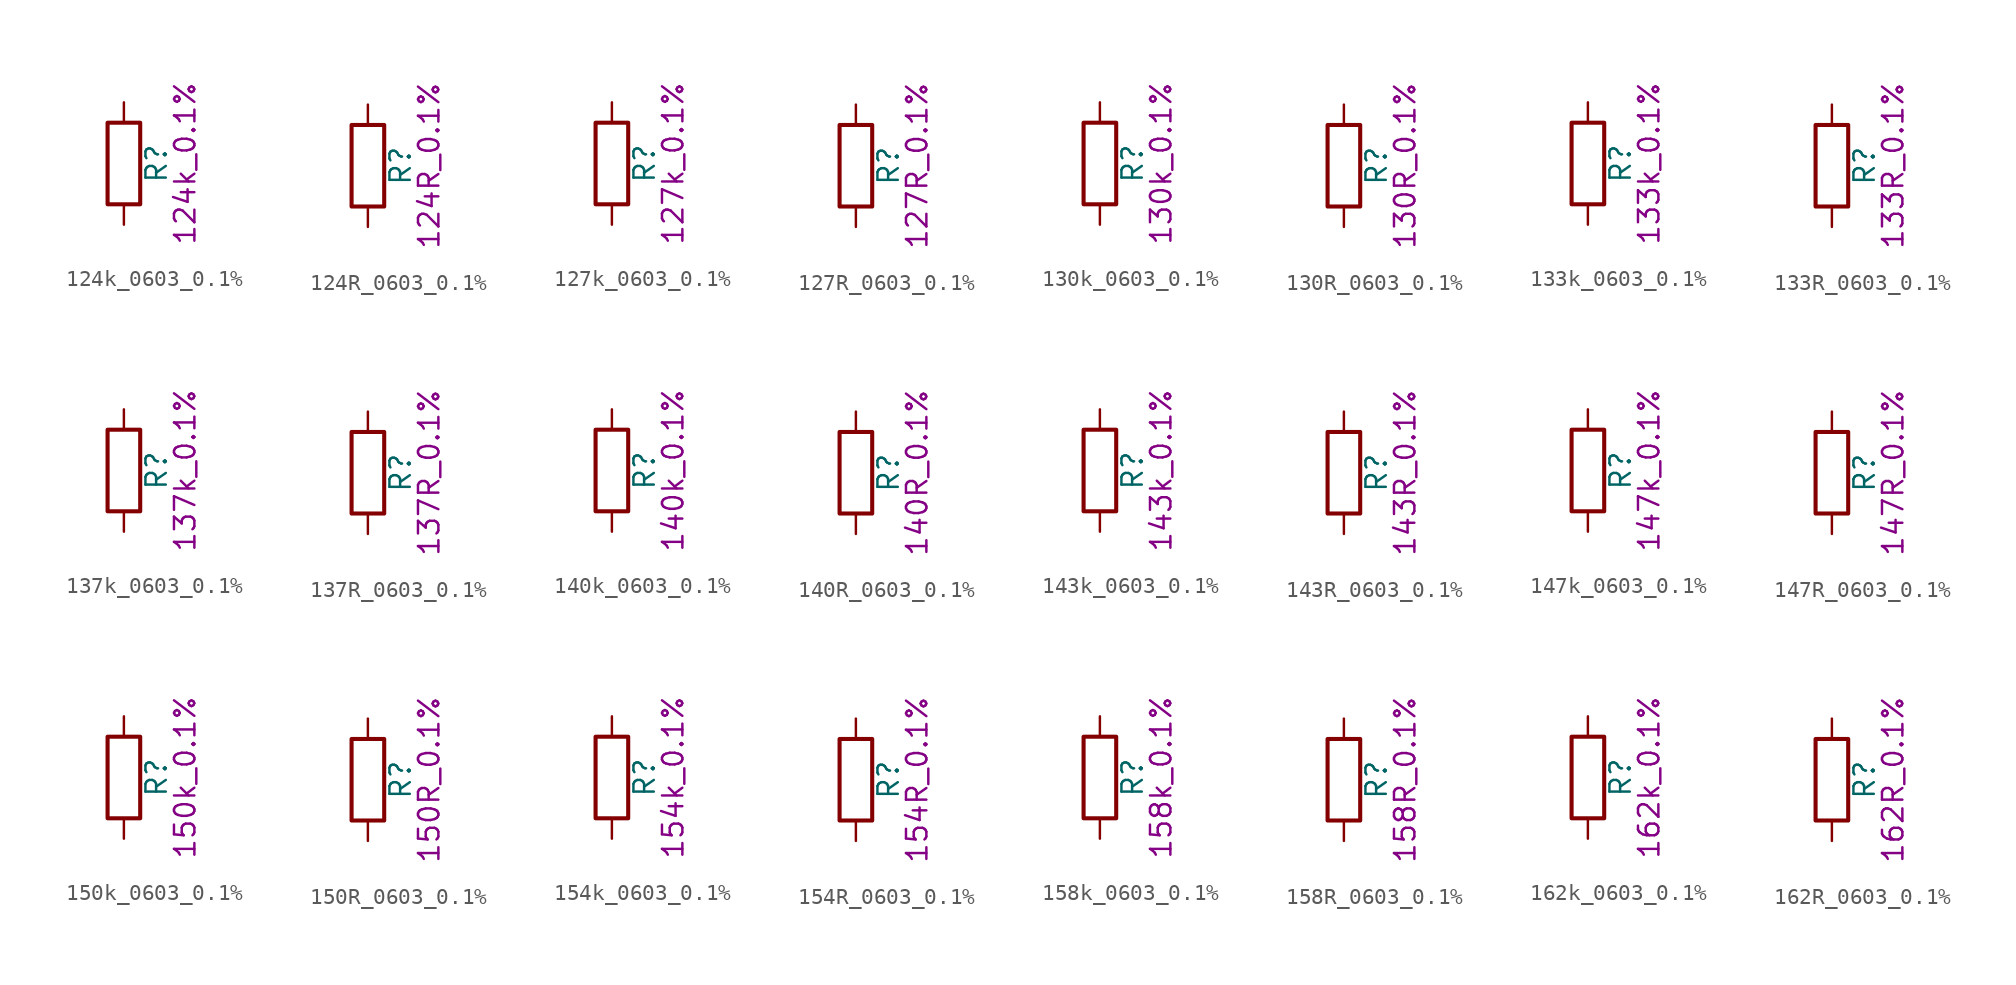
<source format=kicad_sym>
(kicad_symbol_lib
  (version 20211014)
  (generator kicad_symbol_editor)
  (symbol "124k_0603_0.1%"
    (pin_numbers hide)
    (pin_names
      (offset 0))
    (property "Reference" "R"
      (at 2.032 0 90)
      (effects (font (size 1.27 1.27))))
    (property "Display" "124k_0.1%"
      (at 3.81 0 90)
      (effects (font (size 1.27 1.27))))
    (symbol "124k_0603_0.1%_0_1"
      (rectangle (start -1.016 -2.54) (end 1.016 2.54) (stroke (width 0.254) (type default) (color 0 0 0 0)) (fill (type none))))
    (symbol "124k_0603_0.1%_1_1"
      (pin passive line (at 0 3.81 270) (length 1.27) (name "~" (effects (font (size 1.27 1.27)))) (number "1" (effects (font (size 1.27 1.27)))))
      (pin passive line (at 0 -3.81 90) (length 1.27) (name "~" (effects (font (size 1.27 1.27)))) (number "2" (effects (font (size 1.27 1.27)))))))
  (symbol "124R_0603_0.1%"
    (pin_numbers hide)
    (pin_names
      (offset 0))
    (property "Reference" "R"
      (at 2.032 0 90)
      (effects (font (size 1.27 1.27))))
    (property "Display" "124R_0.1%"
      (at 3.81 0 90)
      (effects (font (size 1.27 1.27))))
    (symbol "124R_0603_0.1%_0_1"
      (rectangle (start -1.016 -2.54) (end 1.016 2.54) (stroke (width 0.254) (type default) (color 0 0 0 0)) (fill (type none))))
    (symbol "124R_0603_0.1%_1_1"
      (pin passive line (at 0 3.81 270) (length 1.27) (name "~" (effects (font (size 1.27 1.27)))) (number "1" (effects (font (size 1.27 1.27)))))
      (pin passive line (at 0 -3.81 90) (length 1.27) (name "~" (effects (font (size 1.27 1.27)))) (number "2" (effects (font (size 1.27 1.27)))))))
  (symbol "127k_0603_0.1%"
    (pin_numbers hide)
    (pin_names
      (offset 0))
    (property "Reference" "R"
      (at 2.032 0 90)
      (effects (font (size 1.27 1.27))))
    (property "Display" "127k_0.1%"
      (at 3.81 0 90)
      (effects (font (size 1.27 1.27))))
    (symbol "127k_0603_0.1%_0_1"
      (rectangle (start -1.016 -2.54) (end 1.016 2.54) (stroke (width 0.254) (type default) (color 0 0 0 0)) (fill (type none))))
    (symbol "127k_0603_0.1%_1_1"
      (pin passive line (at 0 3.81 270) (length 1.27) (name "~" (effects (font (size 1.27 1.27)))) (number "1" (effects (font (size 1.27 1.27)))))
      (pin passive line (at 0 -3.81 90) (length 1.27) (name "~" (effects (font (size 1.27 1.27)))) (number "2" (effects (font (size 1.27 1.27)))))))
  (symbol "127R_0603_0.1%"
    (pin_numbers hide)
    (pin_names
      (offset 0))
    (property "Reference" "R"
      (at 2.032 0 90)
      (effects (font (size 1.27 1.27))))
    (property "Display" "127R_0.1%"
      (at 3.81 0 90)
      (effects (font (size 1.27 1.27))))
    (symbol "127R_0603_0.1%_0_1"
      (rectangle (start -1.016 -2.54) (end 1.016 2.54) (stroke (width 0.254) (type default) (color 0 0 0 0)) (fill (type none))))
    (symbol "127R_0603_0.1%_1_1"
      (pin passive line (at 0 3.81 270) (length 1.27) (name "~" (effects (font (size 1.27 1.27)))) (number "1" (effects (font (size 1.27 1.27)))))
      (pin passive line (at 0 -3.81 90) (length 1.27) (name "~" (effects (font (size 1.27 1.27)))) (number "2" (effects (font (size 1.27 1.27)))))))
  (symbol "130k_0603_0.1%"
    (pin_numbers hide)
    (pin_names
      (offset 0))
    (property "Reference" "R"
      (at 2.032 0 90)
      (effects (font (size 1.27 1.27))))
    (property "Display" "130k_0.1%"
      (at 3.81 0 90)
      (effects (font (size 1.27 1.27))))
    (symbol "130k_0603_0.1%_0_1"
      (rectangle (start -1.016 -2.54) (end 1.016 2.54) (stroke (width 0.254) (type default) (color 0 0 0 0)) (fill (type none))))
    (symbol "130k_0603_0.1%_1_1"
      (pin passive line (at 0 3.81 270) (length 1.27) (name "~" (effects (font (size 1.27 1.27)))) (number "1" (effects (font (size 1.27 1.27)))))
      (pin passive line (at 0 -3.81 90) (length 1.27) (name "~" (effects (font (size 1.27 1.27)))) (number "2" (effects (font (size 1.27 1.27)))))))
  (symbol "130R_0603_0.1%"
    (pin_numbers hide)
    (pin_names
      (offset 0))
    (property "Reference" "R"
      (at 2.032 0 90)
      (effects (font (size 1.27 1.27))))
    (property "Display" "130R_0.1%"
      (at 3.81 0 90)
      (effects (font (size 1.27 1.27))))
    (symbol "130R_0603_0.1%_0_1"
      (rectangle (start -1.016 -2.54) (end 1.016 2.54) (stroke (width 0.254) (type default) (color 0 0 0 0)) (fill (type none))))
    (symbol "130R_0603_0.1%_1_1"
      (pin passive line (at 0 3.81 270) (length 1.27) (name "~" (effects (font (size 1.27 1.27)))) (number "1" (effects (font (size 1.27 1.27)))))
      (pin passive line (at 0 -3.81 90) (length 1.27) (name "~" (effects (font (size 1.27 1.27)))) (number "2" (effects (font (size 1.27 1.27)))))))
  (symbol "133k_0603_0.1%"
    (pin_numbers hide)
    (pin_names
      (offset 0))
    (property "Reference" "R"
      (at 2.032 0 90)
      (effects (font (size 1.27 1.27))))
    (property "Display" "133k_0.1%"
      (at 3.81 0 90)
      (effects (font (size 1.27 1.27))))
    (symbol "133k_0603_0.1%_0_1"
      (rectangle (start -1.016 -2.54) (end 1.016 2.54) (stroke (width 0.254) (type default) (color 0 0 0 0)) (fill (type none))))
    (symbol "133k_0603_0.1%_1_1"
      (pin passive line (at 0 3.81 270) (length 1.27) (name "~" (effects (font (size 1.27 1.27)))) (number "1" (effects (font (size 1.27 1.27)))))
      (pin passive line (at 0 -3.81 90) (length 1.27) (name "~" (effects (font (size 1.27 1.27)))) (number "2" (effects (font (size 1.27 1.27)))))))
  (symbol "133R_0603_0.1%"
    (pin_numbers hide)
    (pin_names
      (offset 0))
    (property "Reference" "R"
      (at 2.032 0 90)
      (effects (font (size 1.27 1.27))))
    (property "Display" "133R_0.1%"
      (at 3.81 0 90)
      (effects (font (size 1.27 1.27))))
    (symbol "133R_0603_0.1%_0_1"
      (rectangle (start -1.016 -2.54) (end 1.016 2.54) (stroke (width 0.254) (type default) (color 0 0 0 0)) (fill (type none))))
    (symbol "133R_0603_0.1%_1_1"
      (pin passive line (at 0 3.81 270) (length 1.27) (name "~" (effects (font (size 1.27 1.27)))) (number "1" (effects (font (size 1.27 1.27)))))
      (pin passive line (at 0 -3.81 90) (length 1.27) (name "~" (effects (font (size 1.27 1.27)))) (number "2" (effects (font (size 1.27 1.27)))))))
  (symbol "137k_0603_0.1%"
    (pin_numbers hide)
    (pin_names
      (offset 0))
    (property "Reference" "R"
      (at 2.032 0 90)
      (effects (font (size 1.27 1.27))))
    (property "Display" "137k_0.1%"
      (at 3.81 0 90)
      (effects (font (size 1.27 1.27))))
    (symbol "137k_0603_0.1%_0_1"
      (rectangle (start -1.016 -2.54) (end 1.016 2.54) (stroke (width 0.254) (type default) (color 0 0 0 0)) (fill (type none))))
    (symbol "137k_0603_0.1%_1_1"
      (pin passive line (at 0 3.81 270) (length 1.27) (name "~" (effects (font (size 1.27 1.27)))) (number "1" (effects (font (size 1.27 1.27)))))
      (pin passive line (at 0 -3.81 90) (length 1.27) (name "~" (effects (font (size 1.27 1.27)))) (number "2" (effects (font (size 1.27 1.27)))))))
  (symbol "137R_0603_0.1%"
    (pin_numbers hide)
    (pin_names
      (offset 0))
    (property "Reference" "R"
      (at 2.032 0 90)
      (effects (font (size 1.27 1.27))))
    (property "Display" "137R_0.1%"
      (at 3.81 0 90)
      (effects (font (size 1.27 1.27))))
    (symbol "137R_0603_0.1%_0_1"
      (rectangle (start -1.016 -2.54) (end 1.016 2.54) (stroke (width 0.254) (type default) (color 0 0 0 0)) (fill (type none))))
    (symbol "137R_0603_0.1%_1_1"
      (pin passive line (at 0 3.81 270) (length 1.27) (name "~" (effects (font (size 1.27 1.27)))) (number "1" (effects (font (size 1.27 1.27)))))
      (pin passive line (at 0 -3.81 90) (length 1.27) (name "~" (effects (font (size 1.27 1.27)))) (number "2" (effects (font (size 1.27 1.27)))))))
  (symbol "140k_0603_0.1%"
    (pin_numbers hide)
    (pin_names
      (offset 0))
    (property "Reference" "R"
      (at 2.032 0 90)
      (effects (font (size 1.27 1.27))))
    (property "Display" "140k_0.1%"
      (at 3.81 0 90)
      (effects (font (size 1.27 1.27))))
    (symbol "140k_0603_0.1%_0_1"
      (rectangle (start -1.016 -2.54) (end 1.016 2.54) (stroke (width 0.254) (type default) (color 0 0 0 0)) (fill (type none))))
    (symbol "140k_0603_0.1%_1_1"
      (pin passive line (at 0 3.81 270) (length 1.27) (name "~" (effects (font (size 1.27 1.27)))) (number "1" (effects (font (size 1.27 1.27)))))
      (pin passive line (at 0 -3.81 90) (length 1.27) (name "~" (effects (font (size 1.27 1.27)))) (number "2" (effects (font (size 1.27 1.27)))))))
  (symbol "140R_0603_0.1%"
    (pin_numbers hide)
    (pin_names
      (offset 0))
    (property "Reference" "R"
      (at 2.032 0 90)
      (effects (font (size 1.27 1.27))))
    (property "Display" "140R_0.1%"
      (at 3.81 0 90)
      (effects (font (size 1.27 1.27))))
    (symbol "140R_0603_0.1%_0_1"
      (rectangle (start -1.016 -2.54) (end 1.016 2.54) (stroke (width 0.254) (type default) (color 0 0 0 0)) (fill (type none))))
    (symbol "140R_0603_0.1%_1_1"
      (pin passive line (at 0 3.81 270) (length 1.27) (name "~" (effects (font (size 1.27 1.27)))) (number "1" (effects (font (size 1.27 1.27)))))
      (pin passive line (at 0 -3.81 90) (length 1.27) (name "~" (effects (font (size 1.27 1.27)))) (number "2" (effects (font (size 1.27 1.27)))))))
  (symbol "143k_0603_0.1%"
    (pin_numbers hide)
    (pin_names
      (offset 0))
    (property "Reference" "R"
      (at 2.032 0 90)
      (effects (font (size 1.27 1.27))))
    (property "Display" "143k_0.1%"
      (at 3.81 0 90)
      (effects (font (size 1.27 1.27))))
    (symbol "143k_0603_0.1%_0_1"
      (rectangle (start -1.016 -2.54) (end 1.016 2.54) (stroke (width 0.254) (type default) (color 0 0 0 0)) (fill (type none))))
    (symbol "143k_0603_0.1%_1_1"
      (pin passive line (at 0 3.81 270) (length 1.27) (name "~" (effects (font (size 1.27 1.27)))) (number "1" (effects (font (size 1.27 1.27)))))
      (pin passive line (at 0 -3.81 90) (length 1.27) (name "~" (effects (font (size 1.27 1.27)))) (number "2" (effects (font (size 1.27 1.27)))))))
  (symbol "143R_0603_0.1%"
    (pin_numbers hide)
    (pin_names
      (offset 0))
    (property "Reference" "R"
      (at 2.032 0 90)
      (effects (font (size 1.27 1.27))))
    (property "Display" "143R_0.1%"
      (at 3.81 0 90)
      (effects (font (size 1.27 1.27))))
    (symbol "143R_0603_0.1%_0_1"
      (rectangle (start -1.016 -2.54) (end 1.016 2.54) (stroke (width 0.254) (type default) (color 0 0 0 0)) (fill (type none))))
    (symbol "143R_0603_0.1%_1_1"
      (pin passive line (at 0 3.81 270) (length 1.27) (name "~" (effects (font (size 1.27 1.27)))) (number "1" (effects (font (size 1.27 1.27)))))
      (pin passive line (at 0 -3.81 90) (length 1.27) (name "~" (effects (font (size 1.27 1.27)))) (number "2" (effects (font (size 1.27 1.27)))))))
  (symbol "147k_0603_0.1%"
    (pin_numbers hide)
    (pin_names
      (offset 0))
    (property "Reference" "R"
      (at 2.032 0 90)
      (effects (font (size 1.27 1.27))))
    (property "Display" "147k_0.1%"
      (at 3.81 0 90)
      (effects (font (size 1.27 1.27))))
    (symbol "147k_0603_0.1%_0_1"
      (rectangle (start -1.016 -2.54) (end 1.016 2.54) (stroke (width 0.254) (type default) (color 0 0 0 0)) (fill (type none))))
    (symbol "147k_0603_0.1%_1_1"
      (pin passive line (at 0 3.81 270) (length 1.27) (name "~" (effects (font (size 1.27 1.27)))) (number "1" (effects (font (size 1.27 1.27)))))
      (pin passive line (at 0 -3.81 90) (length 1.27) (name "~" (effects (font (size 1.27 1.27)))) (number "2" (effects (font (size 1.27 1.27)))))))
  (symbol "147R_0603_0.1%"
    (pin_numbers hide)
    (pin_names
      (offset 0))
    (property "Reference" "R"
      (at 2.032 0 90)
      (effects (font (size 1.27 1.27))))
    (property "Display" "147R_0.1%"
      (at 3.81 0 90)
      (effects (font (size 1.27 1.27))))
    (symbol "147R_0603_0.1%_0_1"
      (rectangle (start -1.016 -2.54) (end 1.016 2.54) (stroke (width 0.254) (type default) (color 0 0 0 0)) (fill (type none))))
    (symbol "147R_0603_0.1%_1_1"
      (pin passive line (at 0 3.81 270) (length 1.27) (name "~" (effects (font (size 1.27 1.27)))) (number "1" (effects (font (size 1.27 1.27)))))
      (pin passive line (at 0 -3.81 90) (length 1.27) (name "~" (effects (font (size 1.27 1.27)))) (number "2" (effects (font (size 1.27 1.27)))))))
  (symbol "150k_0603_0.1%"
    (pin_numbers hide)
    (pin_names
      (offset 0))
    (property "Reference" "R"
      (at 2.032 0 90)
      (effects (font (size 1.27 1.27))))
    (property "Display" "150k_0.1%"
      (at 3.81 0 90)
      (effects (font (size 1.27 1.27))))
    (symbol "150k_0603_0.1%_0_1"
      (rectangle (start -1.016 -2.54) (end 1.016 2.54) (stroke (width 0.254) (type default) (color 0 0 0 0)) (fill (type none))))
    (symbol "150k_0603_0.1%_1_1"
      (pin passive line (at 0 3.81 270) (length 1.27) (name "~" (effects (font (size 1.27 1.27)))) (number "1" (effects (font (size 1.27 1.27)))))
      (pin passive line (at 0 -3.81 90) (length 1.27) (name "~" (effects (font (size 1.27 1.27)))) (number "2" (effects (font (size 1.27 1.27)))))))
  (symbol "150R_0603_0.1%"
    (pin_numbers hide)
    (pin_names
      (offset 0))
    (property "Reference" "R"
      (at 2.032 0 90)
      (effects (font (size 1.27 1.27))))
    (property "Display" "150R_0.1%"
      (at 3.81 0 90)
      (effects (font (size 1.27 1.27))))
    (symbol "150R_0603_0.1%_0_1"
      (rectangle (start -1.016 -2.54) (end 1.016 2.54) (stroke (width 0.254) (type default) (color 0 0 0 0)) (fill (type none))))
    (symbol "150R_0603_0.1%_1_1"
      (pin passive line (at 0 3.81 270) (length 1.27) (name "~" (effects (font (size 1.27 1.27)))) (number "1" (effects (font (size 1.27 1.27)))))
      (pin passive line (at 0 -3.81 90) (length 1.27) (name "~" (effects (font (size 1.27 1.27)))) (number "2" (effects (font (size 1.27 1.27)))))))
  (symbol "154k_0603_0.1%"
    (pin_numbers hide)
    (pin_names
      (offset 0))
    (property "Reference" "R"
      (at 2.032 0 90)
      (effects (font (size 1.27 1.27))))
    (property "Display" "154k_0.1%"
      (at 3.81 0 90)
      (effects (font (size 1.27 1.27))))
    (symbol "154k_0603_0.1%_0_1"
      (rectangle (start -1.016 -2.54) (end 1.016 2.54) (stroke (width 0.254) (type default) (color 0 0 0 0)) (fill (type none))))
    (symbol "154k_0603_0.1%_1_1"
      (pin passive line (at 0 3.81 270) (length 1.27) (name "~" (effects (font (size 1.27 1.27)))) (number "1" (effects (font (size 1.27 1.27)))))
      (pin passive line (at 0 -3.81 90) (length 1.27) (name "~" (effects (font (size 1.27 1.27)))) (number "2" (effects (font (size 1.27 1.27)))))))
  (symbol "154R_0603_0.1%"
    (pin_numbers hide)
    (pin_names
      (offset 0))
    (property "Reference" "R"
      (at 2.032 0 90)
      (effects (font (size 1.27 1.27))))
    (property "Display" "154R_0.1%"
      (at 3.81 0 90)
      (effects (font (size 1.27 1.27))))
    (symbol "154R_0603_0.1%_0_1"
      (rectangle (start -1.016 -2.54) (end 1.016 2.54) (stroke (width 0.254) (type default) (color 0 0 0 0)) (fill (type none))))
    (symbol "154R_0603_0.1%_1_1"
      (pin passive line (at 0 3.81 270) (length 1.27) (name "~" (effects (font (size 1.27 1.27)))) (number "1" (effects (font (size 1.27 1.27)))))
      (pin passive line (at 0 -3.81 90) (length 1.27) (name "~" (effects (font (size 1.27 1.27)))) (number "2" (effects (font (size 1.27 1.27)))))))
  (symbol "158k_0603_0.1%"
    (pin_numbers hide)
    (pin_names
      (offset 0))
    (property "Reference" "R"
      (at 2.032 0 90)
      (effects (font (size 1.27 1.27))))
    (property "Display" "158k_0.1%"
      (at 3.81 0 90)
      (effects (font (size 1.27 1.27))))
    (symbol "158k_0603_0.1%_0_1"
      (rectangle (start -1.016 -2.54) (end 1.016 2.54) (stroke (width 0.254) (type default) (color 0 0 0 0)) (fill (type none))))
    (symbol "158k_0603_0.1%_1_1"
      (pin passive line (at 0 3.81 270) (length 1.27) (name "~" (effects (font (size 1.27 1.27)))) (number "1" (effects (font (size 1.27 1.27)))))
      (pin passive line (at 0 -3.81 90) (length 1.27) (name "~" (effects (font (size 1.27 1.27)))) (number "2" (effects (font (size 1.27 1.27)))))))
  (symbol "158R_0603_0.1%"
    (pin_numbers hide)
    (pin_names
      (offset 0))
    (property "Reference" "R"
      (at 2.032 0 90)
      (effects (font (size 1.27 1.27))))
    (property "Display" "158R_0.1%"
      (at 3.81 0 90)
      (effects (font (size 1.27 1.27))))
    (symbol "158R_0603_0.1%_0_1"
      (rectangle (start -1.016 -2.54) (end 1.016 2.54) (stroke (width 0.254) (type default) (color 0 0 0 0)) (fill (type none))))
    (symbol "158R_0603_0.1%_1_1"
      (pin passive line (at 0 3.81 270) (length 1.27) (name "~" (effects (font (size 1.27 1.27)))) (number "1" (effects (font (size 1.27 1.27)))))
      (pin passive line (at 0 -3.81 90) (length 1.27) (name "~" (effects (font (size 1.27 1.27)))) (number "2" (effects (font (size 1.27 1.27)))))))
  (symbol "162k_0603_0.1%"
    (pin_numbers hide)
    (pin_names
      (offset 0))
    (property "Reference" "R"
      (at 2.032 0 90)
      (effects (font (size 1.27 1.27))))
    (property "Display" "162k_0.1%"
      (at 3.81 0 90)
      (effects (font (size 1.27 1.27))))
    (symbol "162k_0603_0.1%_0_1"
      (rectangle (start -1.016 -2.54) (end 1.016 2.54) (stroke (width 0.254) (type default) (color 0 0 0 0)) (fill (type none))))
    (symbol "162k_0603_0.1%_1_1"
      (pin passive line (at 0 3.81 270) (length 1.27) (name "~" (effects (font (size 1.27 1.27)))) (number "1" (effects (font (size 1.27 1.27)))))
      (pin passive line (at 0 -3.81 90) (length 1.27) (name "~" (effects (font (size 1.27 1.27)))) (number "2" (effects (font (size 1.27 1.27)))))))
  (symbol "162R_0603_0.1%"
    (pin_numbers hide)
    (pin_names
      (offset 0))
    (property "Reference" "R"
      (at 2.032 0 90)
      (effects (font (size 1.27 1.27))))
    (property "Display" "162R_0.1%"
      (at 3.81 0 90)
      (effects (font (size 1.27 1.27))))
    (symbol "162R_0603_0.1%_0_1"
      (rectangle (start -1.016 -2.54) (end 1.016 2.54) (stroke (width 0.254) (type default) (color 0 0 0 0)) (fill (type none))))
    (symbol "162R_0603_0.1%_1_1"
      (pin passive line (at 0 3.81 270) (length 1.27) (name "~" (effects (font (size 1.27 1.27)))) (number "1" (effects (font (size 1.27 1.27)))))
      (pin passive line (at 0 -3.81 90) (length 1.27) (name "~" (effects (font (size 1.27 1.27)))) (number "2" (effects (font (size 1.27 1.27))))))))
</source>
